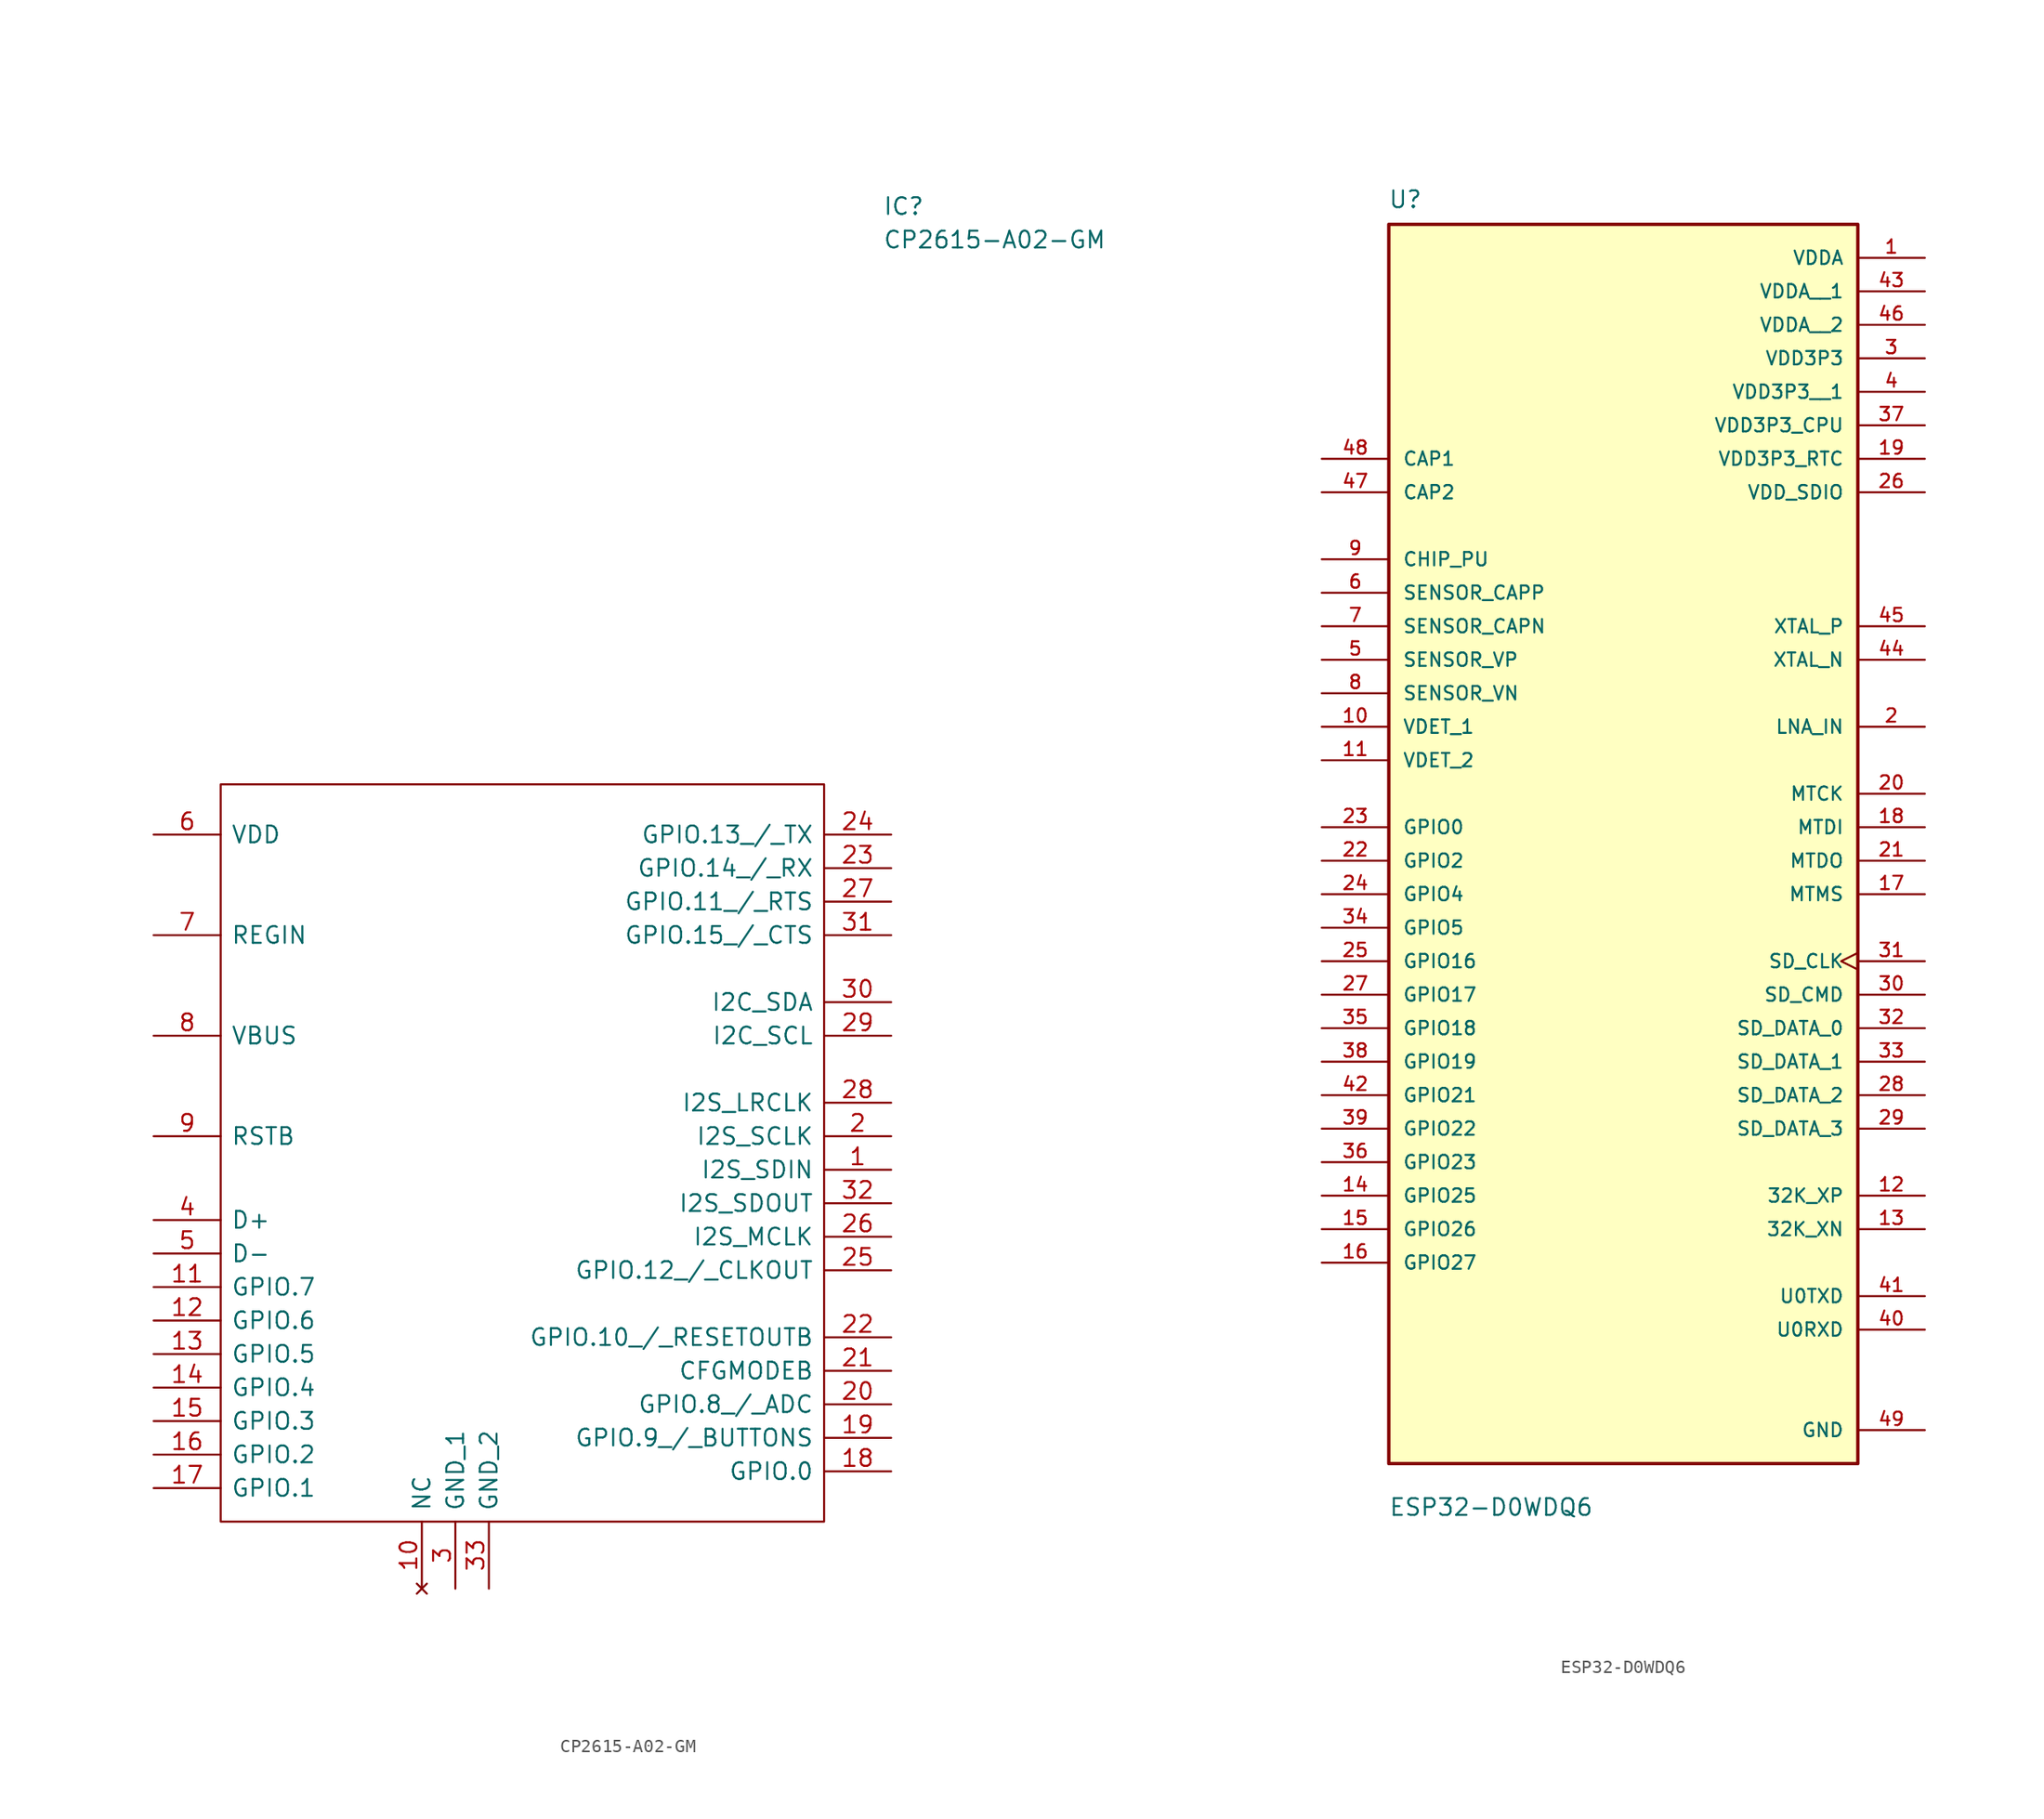
<source format=kicad_sym>
(kicad_symbol_lib
  (version 20241209)
  (generator "kicad_symbol_editor")
  (generator_version "9.0")
  (symbol "CP2615-A02-GM"
    (pin_names
      (offset 0.762))
    (property "Reference" "IC"
      (at 55.245 69.215 0)
      (effects (font (size 1.27 1.27)) (justify left)))
    (property "Value" "CP2615-A02-GM"
      (at 55.245 66.675 0)
      (effects (font (size 1.27 1.27)) (justify left)))
    (symbol "CP2615-A02-GM_0_0"
      (pin passive line (at 0 21.59 0) (length 5.08) (name "VDD" (effects (font (size 1.27 1.27)))) (number "6" (effects (font (size 1.27 1.27)))))
      (pin passive line (at 0 13.97 0) (length 5.08) (name "REGIN" (effects (font (size 1.27 1.27)))) (number "7" (effects (font (size 1.27 1.27)))))
      (pin passive line (at 0 6.35 0) (length 5.08) (name "VBUS" (effects (font (size 1.27 1.27)))) (number "8" (effects (font (size 1.27 1.27)))))
      (pin passive line (at 0 -1.27 0) (length 5.08) (name "RSTB" (effects (font (size 1.27 1.27)))) (number "9" (effects (font (size 1.27 1.27)))))
      (pin passive line (at 0 -7.62 0) (length 5.08) (name "D+" (effects (font (size 1.27 1.27)))) (number "4" (effects (font (size 1.27 1.27)))))
      (pin passive line (at 0 -10.16 0) (length 5.08) (name "D-" (effects (font (size 1.27 1.27)))) (number "5" (effects (font (size 1.27 1.27)))))
      (pin passive line (at 0 -12.7 0) (length 5.08) (name "GPIO.7" (effects (font (size 1.27 1.27)))) (number "11" (effects (font (size 1.27 1.27)))))
      (pin passive line (at 0 -15.24 0) (length 5.08) (name "GPIO.6" (effects (font (size 1.27 1.27)))) (number "12" (effects (font (size 1.27 1.27)))))
      (pin passive line (at 0 -17.78 0) (length 5.08) (name "GPIO.5" (effects (font (size 1.27 1.27)))) (number "13" (effects (font (size 1.27 1.27)))))
      (pin passive line (at 0 -20.32 0) (length 5.08) (name "GPIO.4" (effects (font (size 1.27 1.27)))) (number "14" (effects (font (size 1.27 1.27)))))
      (pin passive line (at 0 -22.86 0) (length 5.08) (name "GPIO.3" (effects (font (size 1.27 1.27)))) (number "15" (effects (font (size 1.27 1.27)))))
      (pin passive line (at 0 -25.4 0) (length 5.08) (name "GPIO.2" (effects (font (size 1.27 1.27)))) (number "16" (effects (font (size 1.27 1.27)))))
      (pin passive line (at 0 -27.94 0) (length 5.08) (name "GPIO.1" (effects (font (size 1.27 1.27)))) (number "17" (effects (font (size 1.27 1.27)))))
      (pin no_connect line (at 20.32 -35.56 90) (length 5.08) (name "NC" (effects (font (size 1.27 1.27)))) (number "10" (effects (font (size 1.27 1.27)))))
      (pin passive line (at 22.86 -35.56 90) (length 5.08) (name "GND_1" (effects (font (size 1.27 1.27)))) (number "3" (effects (font (size 1.27 1.27)))))
      (pin passive line (at 25.4 -35.56 90) (length 5.08) (name "GND_2" (effects (font (size 1.27 1.27)))) (number "33" (effects (font (size 1.27 1.27)))))
      (pin passive line (at 55.88 21.59 180) (length 5.08) (name "GPIO.13_/_TX" (effects (font (size 1.27 1.27)))) (number "24" (effects (font (size 1.27 1.27)))))
      (pin passive line (at 55.88 19.05 180) (length 5.08) (name "GPIO.14_/_RX" (effects (font (size 1.27 1.27)))) (number "23" (effects (font (size 1.27 1.27)))))
      (pin passive line (at 55.88 16.51 180) (length 5.08) (name "GPIO.11_/_RTS" (effects (font (size 1.27 1.27)))) (number "27" (effects (font (size 1.27 1.27)))))
      (pin passive line (at 55.88 13.97 180) (length 5.08) (name "GPIO.15_/_CTS" (effects (font (size 1.27 1.27)))) (number "31" (effects (font (size 1.27 1.27)))))
      (pin passive line (at 55.88 8.89 180) (length 5.08) (name "I2C_SDA" (effects (font (size 1.27 1.27)))) (number "30" (effects (font (size 1.27 1.27)))))
      (pin passive line (at 55.88 6.35 180) (length 5.08) (name "I2C_SCL" (effects (font (size 1.27 1.27)))) (number "29" (effects (font (size 1.27 1.27)))))
      (pin passive line (at 55.88 1.27 180) (length 5.08) (name "I2S_LRCLK" (effects (font (size 1.27 1.27)))) (number "28" (effects (font (size 1.27 1.27)))))
      (pin passive line (at 55.88 -1.27 180) (length 5.08) (name "I2S_SCLK" (effects (font (size 1.27 1.27)))) (number "2" (effects (font (size 1.27 1.27)))))
      (pin passive line (at 55.88 -3.81 180) (length 5.08) (name "I2S_SDIN" (effects (font (size 1.27 1.27)))) (number "1" (effects (font (size 1.27 1.27)))))
      (pin passive line (at 55.88 -6.35 180) (length 5.08) (name "I2S_SDOUT" (effects (font (size 1.27 1.27)))) (number "32" (effects (font (size 1.27 1.27)))))
      (pin passive line (at 55.88 -8.89 180) (length 5.08) (name "I2S_MCLK" (effects (font (size 1.27 1.27)))) (number "26" (effects (font (size 1.27 1.27)))))
      (pin passive line (at 55.88 -11.43 180) (length 5.08) (name "GPIO.12_/_CLKOUT" (effects (font (size 1.27 1.27)))) (number "25" (effects (font (size 1.27 1.27)))))
      (pin passive line (at 55.88 -16.51 180) (length 5.08) (name "GPIO.10_/_RESETOUTB" (effects (font (size 1.27 1.27)))) (number "22" (effects (font (size 1.27 1.27)))))
      (pin passive line (at 55.88 -19.05 180) (length 5.08) (name "CFGMODEB" (effects (font (size 1.27 1.27)))) (number "21" (effects (font (size 1.27 1.27)))))
      (pin passive line (at 55.88 -21.59 180) (length 5.08) (name "GPIO.8_/_ADC" (effects (font (size 1.27 1.27)))) (number "20" (effects (font (size 1.27 1.27)))))
      (pin passive line (at 55.88 -24.13 180) (length 5.08) (name "GPIO.9_/_BUTTONS" (effects (font (size 1.27 1.27)))) (number "19" (effects (font (size 1.27 1.27)))))
      (pin passive line (at 55.88 -26.67 180) (length 5.08) (name "GPIO.0" (effects (font (size 1.27 1.27)))) (number "18" (effects (font (size 1.27 1.27))))))
    (symbol "CP2615-A02-GM_0_1"
      (polyline (pts (xy 5.08 25.4) (xy 50.8 25.4) (xy 50.8 -30.48) (xy 5.08 -30.48) (xy 5.08 25.4)) (stroke (width 0.152) (type solid)) (fill (type none)))))
  (symbol "ESP32-D0WDQ6"
    (pin_names
      (offset 1.016))
    (property "Reference" "U"
      (at -17.838 44.323 0)
      (effects (font (size 1.27 1.27)) (justify left bottom)))
    (property "Value" "ESP32-D0WDQ6"
      (at -17.799 -54.852 0)
      (effects (font (size 1.27 1.27)) (justify left bottom)))
    (symbol "ESP32-D0WDQ6_0_0"
      (rectangle (start -17.78 -50.8) (end 17.78 43.18) (stroke (width 0.254) (type default)) (fill (type background)))
      (pin input line (at -22.86 25.4 0) (length 5.08) (name "CAP1" (effects (font (size 1.016 1.016)))) (number "48" (effects (font (size 1.016 1.016)))))
      (pin input line (at -22.86 22.86 0) (length 5.08) (name "CAP2" (effects (font (size 1.016 1.016)))) (number "47" (effects (font (size 1.016 1.016)))))
      (pin input line (at -22.86 17.78 0) (length 5.08) (name "CHIP_PU" (effects (font (size 1.016 1.016)))) (number "9" (effects (font (size 1.016 1.016)))))
      (pin input line (at -22.86 15.24 0) (length 5.08) (name "SENSOR_CAPP" (effects (font (size 1.016 1.016)))) (number "6" (effects (font (size 1.016 1.016)))))
      (pin input line (at -22.86 12.7 0) (length 5.08) (name "SENSOR_CAPN" (effects (font (size 1.016 1.016)))) (number "7" (effects (font (size 1.016 1.016)))))
      (pin input line (at -22.86 10.16 0) (length 5.08) (name "SENSOR_VP" (effects (font (size 1.016 1.016)))) (number "5" (effects (font (size 1.016 1.016)))))
      (pin input line (at -22.86 7.62 0) (length 5.08) (name "SENSOR_VN" (effects (font (size 1.016 1.016)))) (number "8" (effects (font (size 1.016 1.016)))))
      (pin input line (at -22.86 5.08 0) (length 5.08) (name "VDET_1" (effects (font (size 1.016 1.016)))) (number "10" (effects (font (size 1.016 1.016)))))
      (pin input line (at -22.86 2.54 0) (length 5.08) (name "VDET_2" (effects (font (size 1.016 1.016)))) (number "11" (effects (font (size 1.016 1.016)))))
      (pin bidirectional line (at -22.86 -2.54 0) (length 5.08) (name "GPIO0" (effects (font (size 1.016 1.016)))) (number "23" (effects (font (size 1.016 1.016)))))
      (pin bidirectional line (at -22.86 -5.08 0) (length 5.08) (name "GPIO2" (effects (font (size 1.016 1.016)))) (number "22" (effects (font (size 1.016 1.016)))))
      (pin bidirectional line (at -22.86 -7.62 0) (length 5.08) (name "GPIO4" (effects (font (size 1.016 1.016)))) (number "24" (effects (font (size 1.016 1.016)))))
      (pin bidirectional line (at -22.86 -10.16 0) (length 5.08) (name "GPIO5" (effects (font (size 1.016 1.016)))) (number "34" (effects (font (size 1.016 1.016)))))
      (pin bidirectional line (at -22.86 -12.7 0) (length 5.08) (name "GPIO16" (effects (font (size 1.016 1.016)))) (number "25" (effects (font (size 1.016 1.016)))))
      (pin bidirectional line (at -22.86 -15.24 0) (length 5.08) (name "GPIO17" (effects (font (size 1.016 1.016)))) (number "27" (effects (font (size 1.016 1.016)))))
      (pin bidirectional line (at -22.86 -17.78 0) (length 5.08) (name "GPIO18" (effects (font (size 1.016 1.016)))) (number "35" (effects (font (size 1.016 1.016)))))
      (pin bidirectional line (at -22.86 -20.32 0) (length 5.08) (name "GPIO19" (effects (font (size 1.016 1.016)))) (number "38" (effects (font (size 1.016 1.016)))))
      (pin bidirectional line (at -22.86 -22.86 0) (length 5.08) (name "GPIO21" (effects (font (size 1.016 1.016)))) (number "42" (effects (font (size 1.016 1.016)))))
      (pin bidirectional line (at -22.86 -25.4 0) (length 5.08) (name "GPIO22" (effects (font (size 1.016 1.016)))) (number "39" (effects (font (size 1.016 1.016)))))
      (pin bidirectional line (at -22.86 -27.94 0) (length 5.08) (name "GPIO23" (effects (font (size 1.016 1.016)))) (number "36" (effects (font (size 1.016 1.016)))))
      (pin bidirectional line (at -22.86 -30.48 0) (length 5.08) (name "GPIO25" (effects (font (size 1.016 1.016)))) (number "14" (effects (font (size 1.016 1.016)))))
      (pin bidirectional line (at -22.86 -33.02 0) (length 5.08) (name "GPIO26" (effects (font (size 1.016 1.016)))) (number "15" (effects (font (size 1.016 1.016)))))
      (pin bidirectional line (at -22.86 -35.56 0) (length 5.08) (name "GPIO27" (effects (font (size 1.016 1.016)))) (number "16" (effects (font (size 1.016 1.016)))))
      (pin power_in line (at 22.86 40.64 180) (length 5.08) (name "VDDA" (effects (font (size 1.016 1.016)))) (number "1" (effects (font (size 1.016 1.016)))))
      (pin power_in line (at 22.86 38.1 180) (length 5.08) (name "VDDA__1" (effects (font (size 1.016 1.016)))) (number "43" (effects (font (size 1.016 1.016)))))
      (pin power_in line (at 22.86 35.56 180) (length 5.08) (name "VDDA__2" (effects (font (size 1.016 1.016)))) (number "46" (effects (font (size 1.016 1.016)))))
      (pin power_in line (at 22.86 33.02 180) (length 5.08) (name "VDD3P3" (effects (font (size 1.016 1.016)))) (number "3" (effects (font (size 1.016 1.016)))))
      (pin power_in line (at 22.86 30.48 180) (length 5.08) (name "VDD3P3__1" (effects (font (size 1.016 1.016)))) (number "4" (effects (font (size 1.016 1.016)))))
      (pin power_in line (at 22.86 27.94 180) (length 5.08) (name "VDD3P3_CPU" (effects (font (size 1.016 1.016)))) (number "37" (effects (font (size 1.016 1.016)))))
      (pin power_in line (at 22.86 25.4 180) (length 5.08) (name "VDD3P3_RTC" (effects (font (size 1.016 1.016)))) (number "19" (effects (font (size 1.016 1.016)))))
      (pin power_in line (at 22.86 22.86 180) (length 5.08) (name "VDD_SDIO" (effects (font (size 1.016 1.016)))) (number "26" (effects (font (size 1.016 1.016)))))
      (pin input line (at 22.86 12.7 180) (length 5.08) (name "XTAL_P" (effects (font (size 1.016 1.016)))) (number "45" (effects (font (size 1.016 1.016)))))
      (pin output line (at 22.86 10.16 180) (length 5.08) (name "XTAL_N" (effects (font (size 1.016 1.016)))) (number "44" (effects (font (size 1.016 1.016)))))
      (pin bidirectional line (at 22.86 5.08 180) (length 5.08) (name "LNA_IN" (effects (font (size 1.016 1.016)))) (number "2" (effects (font (size 1.016 1.016)))))
      (pin bidirectional line (at 22.86 0 180) (length 5.08) (name "MTCK" (effects (font (size 1.016 1.016)))) (number "20" (effects (font (size 1.016 1.016)))))
      (pin bidirectional line (at 22.86 -2.54 180) (length 5.08) (name "MTDI" (effects (font (size 1.016 1.016)))) (number "18" (effects (font (size 1.016 1.016)))))
      (pin bidirectional line (at 22.86 -5.08 180) (length 5.08) (name "MTDO" (effects (font (size 1.016 1.016)))) (number "21" (effects (font (size 1.016 1.016)))))
      (pin bidirectional line (at 22.86 -7.62 180) (length 5.08) (name "MTMS" (effects (font (size 1.016 1.016)))) (number "17" (effects (font (size 1.016 1.016)))))
      (pin bidirectional clock (at 22.86 -12.7 180) (length 5.08) (name "SD_CLK" (effects (font (size 1.016 1.016)))) (number "31" (effects (font (size 1.016 1.016)))))
      (pin bidirectional line (at 22.86 -15.24 180) (length 5.08) (name "SD_CMD" (effects (font (size 1.016 1.016)))) (number "30" (effects (font (size 1.016 1.016)))))
      (pin bidirectional line (at 22.86 -17.78 180) (length 5.08) (name "SD_DATA_0" (effects (font (size 1.016 1.016)))) (number "32" (effects (font (size 1.016 1.016)))))
      (pin bidirectional line (at 22.86 -20.32 180) (length 5.08) (name "SD_DATA_1" (effects (font (size 1.016 1.016)))) (number "33" (effects (font (size 1.016 1.016)))))
      (pin bidirectional line (at 22.86 -22.86 180) (length 5.08) (name "SD_DATA_2" (effects (font (size 1.016 1.016)))) (number "28" (effects (font (size 1.016 1.016)))))
      (pin bidirectional line (at 22.86 -25.4 180) (length 5.08) (name "SD_DATA_3" (effects (font (size 1.016 1.016)))) (number "29" (effects (font (size 1.016 1.016)))))
      (pin bidirectional line (at 22.86 -30.48 180) (length 5.08) (name "32K_XP" (effects (font (size 1.016 1.016)))) (number "12" (effects (font (size 1.016 1.016)))))
      (pin bidirectional line (at 22.86 -33.02 180) (length 5.08) (name "32K_XN" (effects (font (size 1.016 1.016)))) (number "13" (effects (font (size 1.016 1.016)))))
      (pin bidirectional line (at 22.86 -38.1 180) (length 5.08) (name "U0TXD" (effects (font (size 1.016 1.016)))) (number "41" (effects (font (size 1.016 1.016)))))
      (pin bidirectional line (at 22.86 -40.64 180) (length 5.08) (name "U0RXD" (effects (font (size 1.016 1.016)))) (number "40" (effects (font (size 1.016 1.016)))))
      (pin power_in line (at 22.86 -48.26 180) (length 5.08) (name "GND" (effects (font (size 1.016 1.016)))) (number "49" (effects (font (size 1.016 1.016))))))))
</source>
